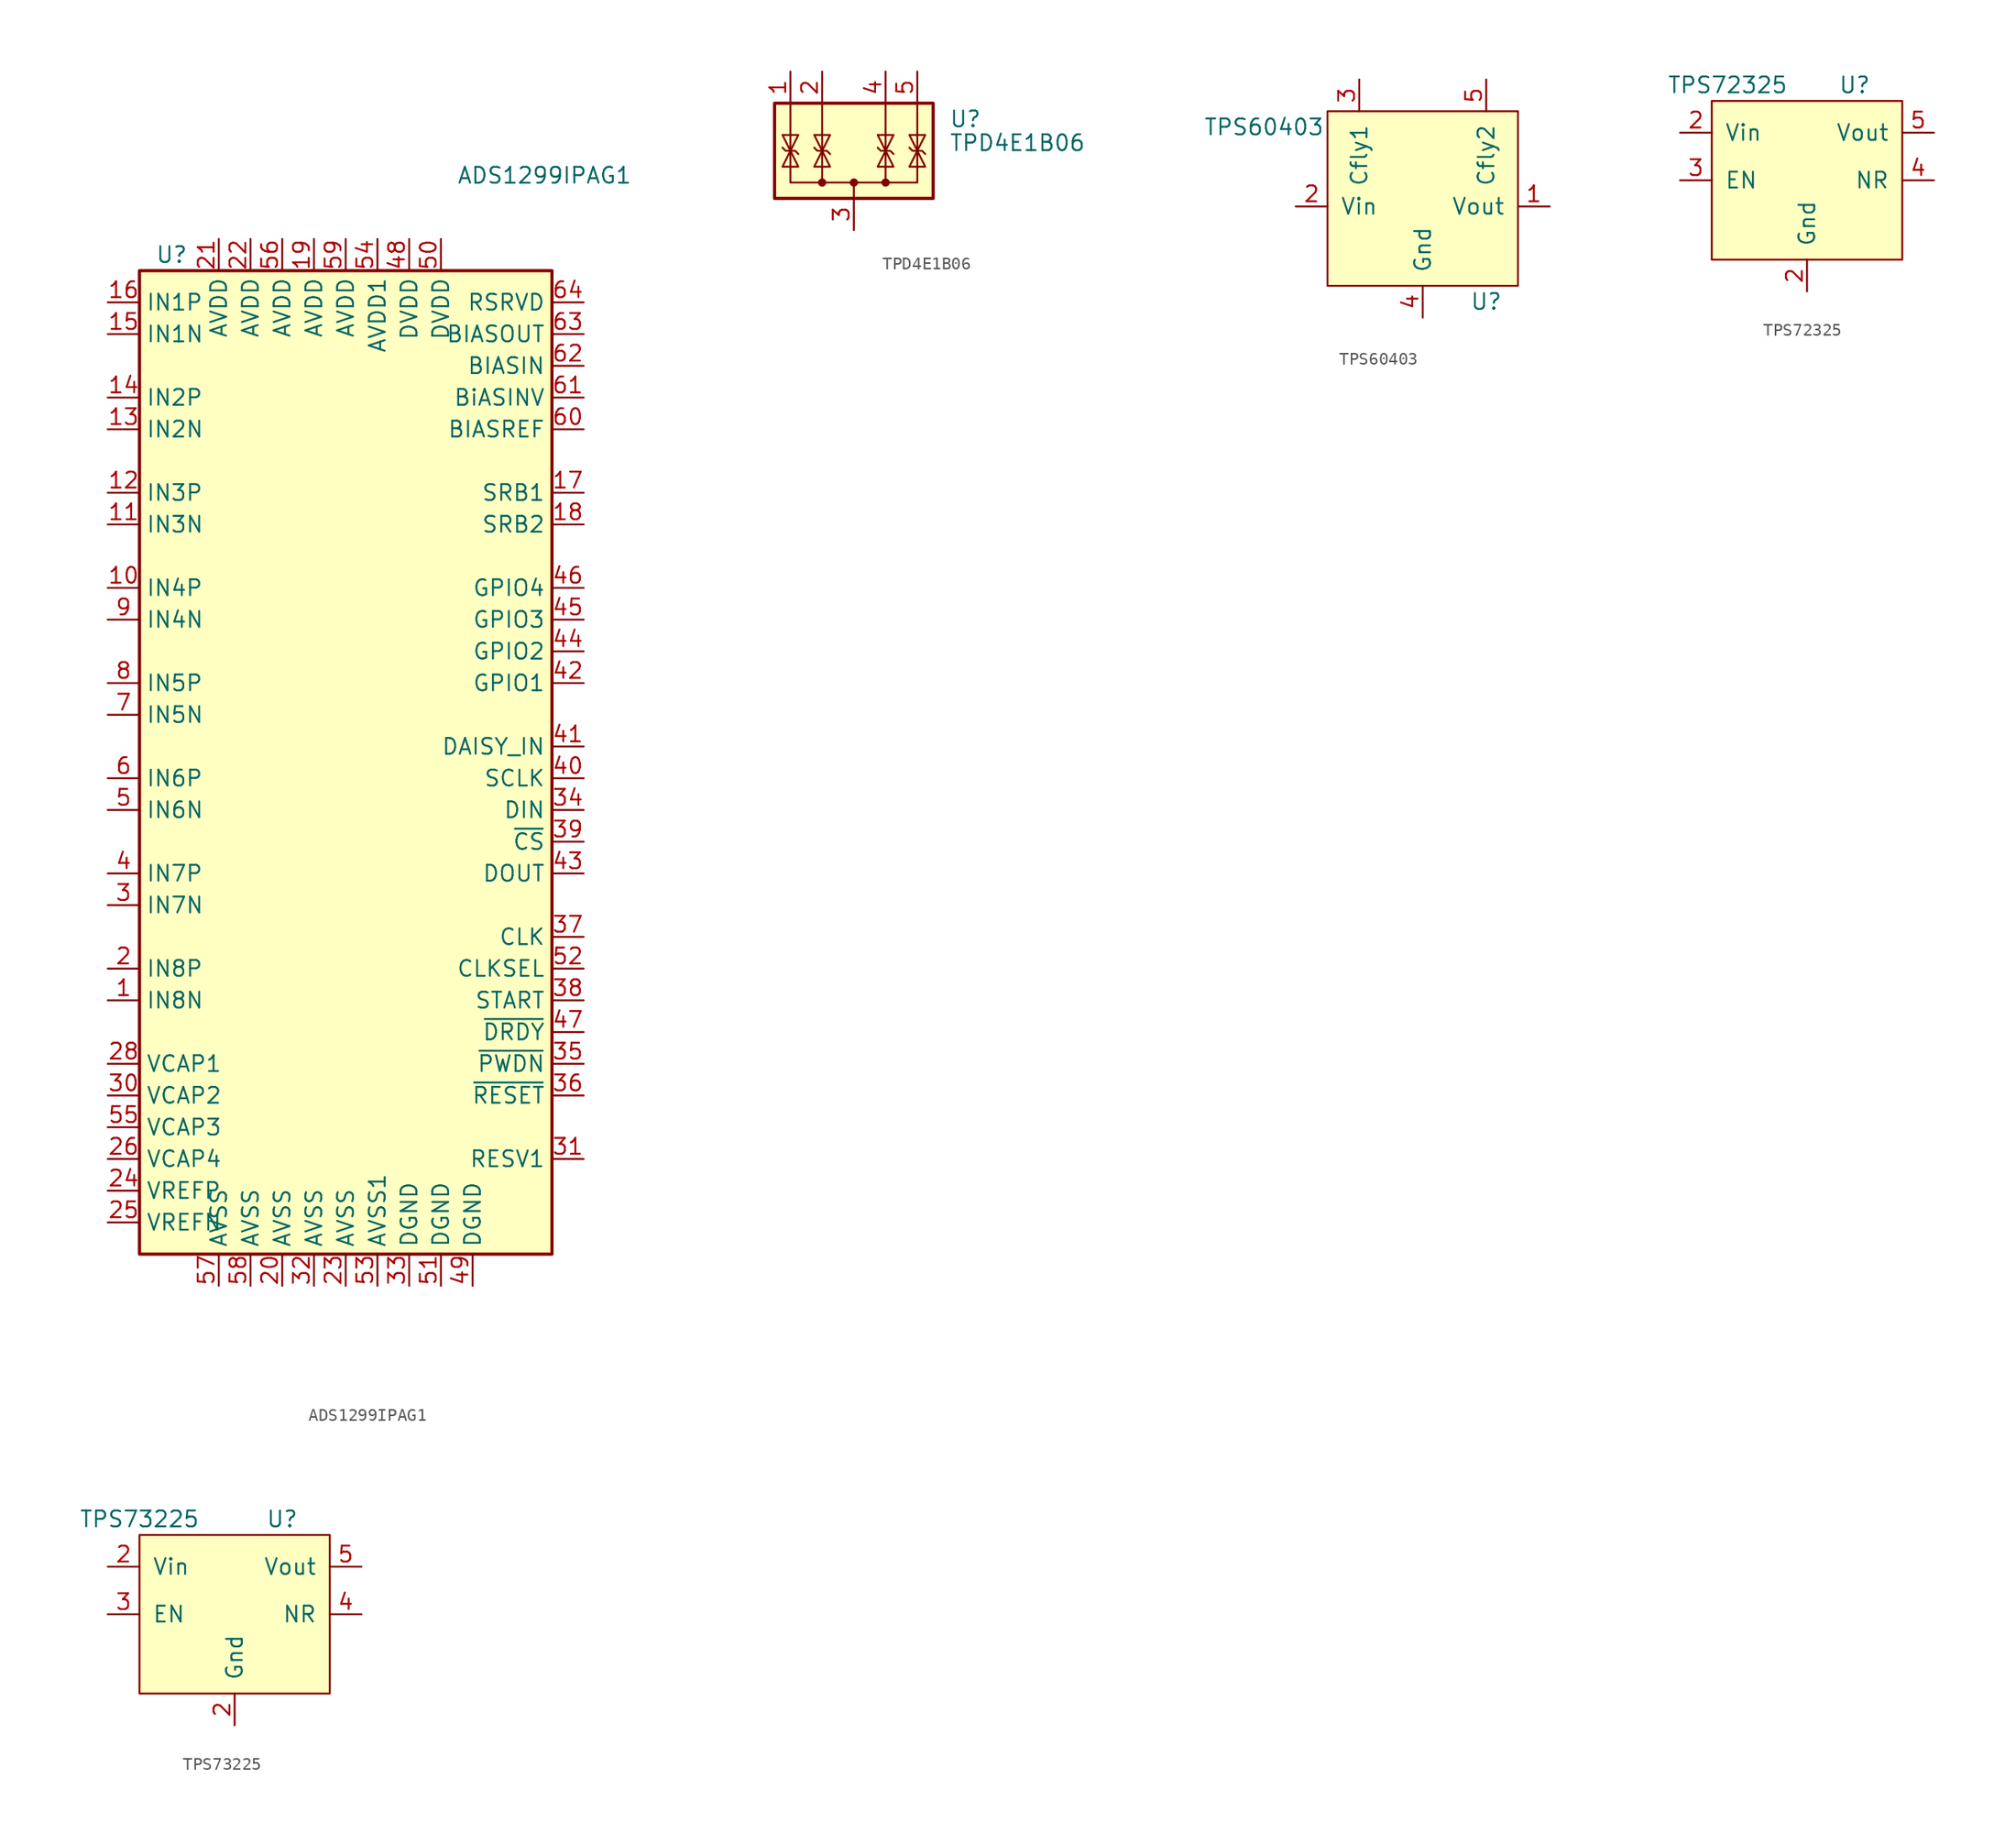
<source format=kicad_sym>
(kicad_symbol_lib
  (version 20220914)
  (generator kicad_symbol_editor)
  (symbol "ADS1299IPAG1"
    (property "Reference" "U"
      (at -16.51 44.45 0)
      (effects (font (size 1.27 1.27)) (justify left)))
    (property "Value" "ADS1299IPAG1"
      (at 7.62 50.8 0)
      (effects (font (size 1.27 1.27)) (justify left)))
    (symbol "ADS1299IPAG1_0_1"
      (rectangle (start -17.78 43.18) (end 15.24 -35.56) (stroke (width 0.254) (type default)) (fill (type background))))
    (symbol "ADS1299IPAG1_1_1"
      (pin input line (at -20.32 -15.24 0) (length 2.54) (name "IN8N" (effects (font (size 1.27 1.27)))) (number "1" (effects (font (size 1.27 1.27)))))
      (pin input line (at -20.32 17.78 0) (length 2.54) (name "IN4P" (effects (font (size 1.27 1.27)))) (number "10" (effects (font (size 1.27 1.27)))))
      (pin input line (at -20.32 22.86 0) (length 2.54) (name "IN3N" (effects (font (size 1.27 1.27)))) (number "11" (effects (font (size 1.27 1.27)))))
      (pin input line (at -20.32 25.4 0) (length 2.54) (name "IN3P" (effects (font (size 1.27 1.27)))) (number "12" (effects (font (size 1.27 1.27)))))
      (pin input line (at -20.32 30.48 0) (length 2.54) (name "IN2N" (effects (font (size 1.27 1.27)))) (number "13" (effects (font (size 1.27 1.27)))))
      (pin input line (at -20.32 33.02 0) (length 2.54) (name "IN2P" (effects (font (size 1.27 1.27)))) (number "14" (effects (font (size 1.27 1.27)))))
      (pin input line (at -20.32 38.1 0) (length 2.54) (name "IN1N" (effects (font (size 1.27 1.27)))) (number "15" (effects (font (size 1.27 1.27)))))
      (pin input line (at -20.32 40.64 0) (length 2.54) (name "IN1P" (effects (font (size 1.27 1.27)))) (number "16" (effects (font (size 1.27 1.27)))))
      (pin bidirectional line (at 17.78 25.4 180) (length 2.54) (name "SRB1" (effects (font (size 1.27 1.27)))) (number "17" (effects (font (size 1.27 1.27)))))
      (pin bidirectional line (at 17.78 22.86 180) (length 2.54) (name "SRB2" (effects (font (size 1.27 1.27)))) (number "18" (effects (font (size 1.27 1.27)))))
      (pin power_in line (at -3.81 45.72 270) (length 2.54) (name "AVDD" (effects (font (size 1.27 1.27)))) (number "19" (effects (font (size 1.27 1.27)))))
      (pin input line (at -20.32 -12.7 0) (length 2.54) (name "IN8P" (effects (font (size 1.27 1.27)))) (number "2" (effects (font (size 1.27 1.27)))))
      (pin power_in line (at -6.35 -38.1 90) (length 2.54) (name "AVSS" (effects (font (size 1.27 1.27)))) (number "20" (effects (font (size 1.27 1.27)))))
      (pin power_in line (at -11.43 45.72 270) (length 2.54) (name "AVDD" (effects (font (size 1.27 1.27)))) (number "21" (effects (font (size 1.27 1.27)))))
      (pin power_in line (at -8.89 45.72 270) (length 2.54) (name "AVDD" (effects (font (size 1.27 1.27)))) (number "22" (effects (font (size 1.27 1.27)))))
      (pin power_in line (at -1.27 -38.1 90) (length 2.54) (name "AVSS" (effects (font (size 1.27 1.27)))) (number "23" (effects (font (size 1.27 1.27)))))
      (pin passive line (at -20.32 -30.48 0) (length 2.54) (name "VREFP" (effects (font (size 1.27 1.27)))) (number "24" (effects (font (size 1.27 1.27)))))
      (pin passive line (at -20.32 -33.02 0) (length 2.54) (name "VREFN" (effects (font (size 1.27 1.27)))) (number "25" (effects (font (size 1.27 1.27)))))
      (pin passive line (at -20.32 -27.94 0) (length 2.54) (name "VCAP4" (effects (font (size 1.27 1.27)))) (number "26" (effects (font (size 1.27 1.27)))))
      (pin no_connect line (at 15.24 -30.48 180) (length 2.54) hide (name "NC" (effects (font (size 1.27 1.27)))) (number "27" (effects (font (size 1.27 1.27)))))
      (pin passive line (at -20.32 -20.32 0) (length 2.54) (name "VCAP1" (effects (font (size 1.27 1.27)))) (number "28" (effects (font (size 1.27 1.27)))))
      (pin no_connect line (at 15.24 -33.02 180) (length 2.54) hide (name "NC" (effects (font (size 1.27 1.27)))) (number "29" (effects (font (size 1.27 1.27)))))
      (pin input line (at -20.32 -7.62 0) (length 2.54) (name "IN7N" (effects (font (size 1.27 1.27)))) (number "3" (effects (font (size 1.27 1.27)))))
      (pin passive line (at -20.32 -22.86 0) (length 2.54) (name "VCAP2" (effects (font (size 1.27 1.27)))) (number "30" (effects (font (size 1.27 1.27)))))
      (pin input line (at 17.78 -27.94 180) (length 2.54) (name "RESV1" (effects (font (size 1.27 1.27)))) (number "31" (effects (font (size 1.27 1.27)))))
      (pin power_in line (at -3.81 -38.1 90) (length 2.54) (name "AVSS" (effects (font (size 1.27 1.27)))) (number "32" (effects (font (size 1.27 1.27)))))
      (pin power_in line (at 3.81 -38.1 90) (length 2.54) (name "DGND" (effects (font (size 1.27 1.27)))) (number "33" (effects (font (size 1.27 1.27)))))
      (pin input line (at 17.78 0 180) (length 2.54) (name "DIN" (effects (font (size 1.27 1.27)))) (number "34" (effects (font (size 1.27 1.27)))))
      (pin input line (at 17.78 -20.32 180) (length 2.54) (name "~{PWDN}" (effects (font (size 1.27 1.27)))) (number "35" (effects (font (size 1.27 1.27)))))
      (pin input line (at 17.78 -22.86 180) (length 2.54) (name "~{RESET}" (effects (font (size 1.27 1.27)))) (number "36" (effects (font (size 1.27 1.27)))))
      (pin bidirectional line (at 17.78 -10.16 180) (length 2.54) (name "CLK" (effects (font (size 1.27 1.27)))) (number "37" (effects (font (size 1.27 1.27)))))
      (pin input line (at 17.78 -15.24 180) (length 2.54) (name "START" (effects (font (size 1.27 1.27)))) (number "38" (effects (font (size 1.27 1.27)))))
      (pin input line (at 17.78 -2.54 180) (length 2.54) (name "~{CS}" (effects (font (size 1.27 1.27)))) (number "39" (effects (font (size 1.27 1.27)))))
      (pin input line (at -20.32 -5.08 0) (length 2.54) (name "IN7P" (effects (font (size 1.27 1.27)))) (number "4" (effects (font (size 1.27 1.27)))))
      (pin input line (at 17.78 2.54 180) (length 2.54) (name "SCLK" (effects (font (size 1.27 1.27)))) (number "40" (effects (font (size 1.27 1.27)))))
      (pin input line (at 17.78 5.08 180) (length 2.54) (name "DAISY_IN" (effects (font (size 1.27 1.27)))) (number "41" (effects (font (size 1.27 1.27)))))
      (pin bidirectional line (at 17.78 10.16 180) (length 2.54) (name "GPIO1" (effects (font (size 1.27 1.27)))) (number "42" (effects (font (size 1.27 1.27)))))
      (pin output line (at 17.78 -5.08 180) (length 2.54) (name "DOUT" (effects (font (size 1.27 1.27)))) (number "43" (effects (font (size 1.27 1.27)))))
      (pin bidirectional line (at 17.78 12.7 180) (length 2.54) (name "GPIO2" (effects (font (size 1.27 1.27)))) (number "44" (effects (font (size 1.27 1.27)))))
      (pin bidirectional line (at 17.78 15.24 180) (length 2.54) (name "GPIO3" (effects (font (size 1.27 1.27)))) (number "45" (effects (font (size 1.27 1.27)))))
      (pin bidirectional line (at 17.78 17.78 180) (length 2.54) (name "GPIO4" (effects (font (size 1.27 1.27)))) (number "46" (effects (font (size 1.27 1.27)))))
      (pin output line (at 17.78 -17.78 180) (length 2.54) (name "~{DRDY}" (effects (font (size 1.27 1.27)))) (number "47" (effects (font (size 1.27 1.27)))))
      (pin power_in line (at 3.81 45.72 270) (length 2.54) (name "DVDD" (effects (font (size 1.27 1.27)))) (number "48" (effects (font (size 1.27 1.27)))))
      (pin power_in line (at 8.89 -38.1 90) (length 2.54) (name "DGND" (effects (font (size 1.27 1.27)))) (number "49" (effects (font (size 1.27 1.27)))))
      (pin input line (at -20.32 0 0) (length 2.54) (name "IN6N" (effects (font (size 1.27 1.27)))) (number "5" (effects (font (size 1.27 1.27)))))
      (pin power_in line (at 6.35 45.72 270) (length 2.54) (name "DVDD" (effects (font (size 1.27 1.27)))) (number "50" (effects (font (size 1.27 1.27)))))
      (pin power_in line (at 6.35 -38.1 90) (length 2.54) (name "DGND" (effects (font (size 1.27 1.27)))) (number "51" (effects (font (size 1.27 1.27)))))
      (pin input line (at 17.78 -12.7 180) (length 2.54) (name "CLKSEL" (effects (font (size 1.27 1.27)))) (number "52" (effects (font (size 1.27 1.27)))))
      (pin power_in line (at 1.27 -38.1 90) (length 2.54) (name "AVSS1" (effects (font (size 1.27 1.27)))) (number "53" (effects (font (size 1.27 1.27)))))
      (pin power_in line (at 1.27 45.72 270) (length 2.54) (name "AVDD1" (effects (font (size 1.27 1.27)))) (number "54" (effects (font (size 1.27 1.27)))))
      (pin passive line (at -20.32 -25.4 0) (length 2.54) (name "VCAP3" (effects (font (size 1.27 1.27)))) (number "55" (effects (font (size 1.27 1.27)))))
      (pin power_in line (at -6.35 45.72 270) (length 2.54) (name "AVDD" (effects (font (size 1.27 1.27)))) (number "56" (effects (font (size 1.27 1.27)))))
      (pin power_in line (at -11.43 -38.1 90) (length 2.54) (name "AVSS" (effects (font (size 1.27 1.27)))) (number "57" (effects (font (size 1.27 1.27)))))
      (pin power_in line (at -8.89 -38.1 90) (length 2.54) (name "AVSS" (effects (font (size 1.27 1.27)))) (number "58" (effects (font (size 1.27 1.27)))))
      (pin power_in line (at -1.27 45.72 270) (length 2.54) (name "AVDD" (effects (font (size 1.27 1.27)))) (number "59" (effects (font (size 1.27 1.27)))))
      (pin input line (at -20.32 2.54 0) (length 2.54) (name "IN6P" (effects (font (size 1.27 1.27)))) (number "6" (effects (font (size 1.27 1.27)))))
      (pin input line (at 17.78 30.48 180) (length 2.54) (name "BIASREF" (effects (font (size 1.27 1.27)))) (number "60" (effects (font (size 1.27 1.27)))))
      (pin input line (at 17.78 33.02 180) (length 2.54) (name "BiASINV" (effects (font (size 1.27 1.27)))) (number "61" (effects (font (size 1.27 1.27)))))
      (pin input line (at 17.78 35.56 180) (length 2.54) (name "BIASIN" (effects (font (size 1.27 1.27)))) (number "62" (effects (font (size 1.27 1.27)))))
      (pin output line (at 17.78 38.1 180) (length 2.54) (name "BIASOUT" (effects (font (size 1.27 1.27)))) (number "63" (effects (font (size 1.27 1.27)))))
      (pin input line (at 17.78 40.64 180) (length 2.54) (name "RSRVD" (effects (font (size 1.27 1.27)))) (number "64" (effects (font (size 1.27 1.27)))))
      (pin input line (at -20.32 7.62 0) (length 2.54) (name "IN5N" (effects (font (size 1.27 1.27)))) (number "7" (effects (font (size 1.27 1.27)))))
      (pin input line (at -20.32 10.16 0) (length 2.54) (name "IN5P" (effects (font (size 1.27 1.27)))) (number "8" (effects (font (size 1.27 1.27)))))
      (pin input line (at -20.32 15.24 0) (length 2.54) (name "IN4N" (effects (font (size 1.27 1.27)))) (number "9" (effects (font (size 1.27 1.27)))))))
  (symbol "TPD4E1B06"
    (pin_names hide)
    (property "Reference" "U"
      (at 7.62 3.81 0)
      (effects (font (size 1.27 1.27)) (justify left)))
    (property "Value" "TPD4E1B06"
      (at 7.62 1.905 0)
      (effects (font (size 1.27 1.27)) (justify left)))
    (symbol "TPD4E1B06_0_0"
      (pin passive line (at 0 -5.08 90) (length 2.54) (name "G" (effects (font (size 1.27 1.27)))) (number "3" (effects (font (size 1.27 1.27))))))
    (symbol "TPD4E1B06_0_1"
      (rectangle (start -6.35 5.08) (end 6.35 -2.54) (stroke (width 0.254) (type default)) (fill (type background)))
      (circle (center 0 -1.27) (radius 0.254) (stroke (width 0) (type default)) (fill (type outline)))
      (polyline (pts (xy -2.54 5.08) (xy -2.54 -1.27)) (stroke (width 0) (type default)) (fill (type none)))
      (polyline (pts (xy 0 -1.27) (xy 0 -2.54)) (stroke (width 0) (type default)) (fill (type none)))
      (polyline (pts (xy 2.54 5.08) (xy 2.54 -1.27)) (stroke (width 0) (type default)) (fill (type none)))
      (polyline (pts (xy -5.08 5.08) (xy -5.08 -1.27) (xy 5.08 -1.27) (xy 5.08 5.08)) (stroke (width 0) (type default)) (fill (type none)))
      (polyline (pts (xy -4.445 0) (xy -5.715 0) (xy -5.08 1.27) (xy -4.445 0)) (stroke (width 0) (type default)) (fill (type none)))
      (polyline (pts (xy -3.175 1.524) (xy -2.921 1.27) (xy -2.159 1.27) (xy -1.905 1.016)) (stroke (width 0) (type default)) (fill (type none)))
      (polyline (pts (xy -2.54 1.27) (xy -1.905 0) (xy -3.175 0) (xy -2.54 1.27)) (stroke (width 0) (type default)) (fill (type none)))
      (polyline (pts (xy 2.54 1.27) (xy 1.905 0) (xy 3.175 0) (xy 2.54 1.27)) (stroke (width 0) (type default)) (fill (type none)))
      (polyline (pts (xy 5.08 1.27) (xy 4.445 0) (xy 5.715 0) (xy 5.08 1.27)) (stroke (width 0) (type default)) (fill (type none)))
      (circle (center 2.54 -1.27) (radius 0.254) (stroke (width 0) (type default)) (fill (type outline))))
    (symbol "TPD4E1B06_1_1"
      (circle (center -2.54 -1.27) (radius 0.254) (stroke (width 0) (type default)) (fill (type outline)))
      (polyline (pts (xy -5.715 1.524) (xy -5.461 1.27) (xy -4.699 1.27) (xy -4.445 1.016)) (stroke (width 0) (type default)) (fill (type none)))
      (polyline (pts (xy -5.08 1.27) (xy -5.715 2.54) (xy -4.445 2.54) (xy -5.08 1.27)) (stroke (width 0) (type default)) (fill (type none)))
      (polyline (pts (xy -2.54 1.27) (xy -3.175 2.54) (xy -1.905 2.54) (xy -2.54 1.27)) (stroke (width 0) (type default)) (fill (type none)))
      (polyline (pts (xy 1.905 1.524) (xy 2.159 1.27) (xy 2.921 1.27) (xy 3.175 1.016)) (stroke (width 0) (type default)) (fill (type none)))
      (polyline (pts (xy 2.54 1.27) (xy 1.905 2.54) (xy 3.175 2.54) (xy 2.54 1.27)) (stroke (width 0) (type default)) (fill (type none)))
      (polyline (pts (xy 4.445 1.524) (xy 4.699 1.27) (xy 5.461 1.27) (xy 5.715 1.016)) (stroke (width 0) (type default)) (fill (type none)))
      (polyline (pts (xy 5.08 1.27) (xy 4.445 2.54) (xy 5.715 2.54) (xy 5.08 1.27)) (stroke (width 0) (type default)) (fill (type none)))
      (pin passive line (at -5.08 7.62 270) (length 2.54) (name "IO1" (effects (font (size 1.27 1.27)))) (number "1" (effects (font (size 1.27 1.27)))))
      (pin passive line (at -2.54 7.62 270) (length 2.54) (name "IO2" (effects (font (size 1.27 1.27)))) (number "2" (effects (font (size 1.27 1.27)))))
      (pin passive line (at 2.54 7.62 270) (length 2.54) (name "IO3" (effects (font (size 1.27 1.27)))) (number "4" (effects (font (size 1.27 1.27)))))
      (pin passive line (at 5.08 7.62 270) (length 2.54) (name "IO4" (effects (font (size 1.27 1.27)))) (number "5" (effects (font (size 1.27 1.27)))))))
  (symbol "TPS60403"
    (pin_names
      (offset 1.016))
    (property "Reference" "U"
      (at 5.08 -7.62 0)
      (effects (font (size 1.27 1.27))))
    (property "Value" "TPS60403"
      (at -12.7 6.35 0)
      (effects (font (size 1.27 1.27))))
    (symbol "TPS60403_0_1"
      (rectangle (start -7.62 7.62) (end 7.62 -6.35) (stroke (width 0) (type default)) (fill (type background))))
    (symbol "TPS60403_1_1"
      (pin power_out line (at 10.16 0 180) (length 2.54) (name "Vout" (effects (font (size 1.27 1.27)))) (number "1" (effects (font (size 1.27 1.27)))))
      (pin power_in line (at -10.16 0 0) (length 2.54) (name "Vin" (effects (font (size 1.27 1.27)))) (number "2" (effects (font (size 1.27 1.27)))))
      (pin passive line (at -5.08 10.16 270) (length 2.54) (name "Cfly1" (effects (font (size 1.27 1.27)))) (number "3" (effects (font (size 1.27 1.27)))))
      (pin power_in line (at 0 -8.89 90) (length 2.54) (name "Gnd" (effects (font (size 1.27 1.27)))) (number "4" (effects (font (size 1.27 1.27)))))
      (pin passive line (at 5.08 10.16 270) (length 2.54) (name "Cfly2" (effects (font (size 1.27 1.27)))) (number "5" (effects (font (size 1.27 1.27)))))))
  (symbol "TPS72325"
    (pin_names
      (offset 1.016))
    (property "Reference" "U"
      (at 3.81 7.62 0)
      (effects (font (size 1.27 1.27))))
    (property "Value" "TPS72325"
      (at -6.35 7.62 0)
      (effects (font (size 1.27 1.27))))
    (symbol "TPS72325_1_1"
      (rectangle (start -7.62 6.35) (end 7.62 -6.35) (stroke (width 0) (type default)) (fill (type background)))
      (pin power_in line (at 0 -8.89 90) (length 2.54) (name "Gnd" (effects (font (size 1.27 1.27)))) (number "2" (effects (font (size 1.27 1.27)))))
      (pin power_in line (at -10.16 3.81 0) (length 2.54) (name "Vin" (effects (font (size 1.27 1.27)))) (number "2" (effects (font (size 1.27 1.27)))))
      (pin input line (at -10.16 0 0) (length 2.54) (name "EN" (effects (font (size 1.27 1.27)))) (number "3" (effects (font (size 1.27 1.27)))))
      (pin passive line (at 10.16 0 180) (length 2.54) (name "NR" (effects (font (size 1.27 1.27)))) (number "4" (effects (font (size 1.27 1.27)))))
      (pin power_out line (at 10.16 3.81 180) (length 2.54) (name "Vout" (effects (font (size 1.27 1.27)))) (number "5" (effects (font (size 1.27 1.27)))))))
  (symbol "TPS73225"
    (pin_names
      (offset 1.016))
    (property "Reference" "U"
      (at 3.81 7.62 0)
      (effects (font (size 1.27 1.27))))
    (property "Value" "TPS73225"
      (at -7.62 7.62 0)
      (effects (font (size 1.27 1.27))))
    (symbol "TPS73225_0_1"
      (rectangle (start -7.62 6.35) (end 7.62 -6.35) (stroke (width 0) (type default)) (fill (type background))))
    (symbol "TPS73225_1_1"
      (pin power_in line (at 0 -8.89 90) (length 2.54) (name "Gnd" (effects (font (size 1.27 1.27)))) (number "2" (effects (font (size 1.27 1.27)))))
      (pin power_in line (at -10.16 3.81 0) (length 2.54) (name "Vin" (effects (font (size 1.27 1.27)))) (number "2" (effects (font (size 1.27 1.27)))))
      (pin input line (at -10.16 0 0) (length 2.54) (name "EN" (effects (font (size 1.27 1.27)))) (number "3" (effects (font (size 1.27 1.27)))))
      (pin passive line (at 10.16 0 180) (length 2.54) (name "NR" (effects (font (size 1.27 1.27)))) (number "4" (effects (font (size 1.27 1.27)))))
      (pin power_out line (at 10.16 3.81 180) (length 2.54) (name "Vout" (effects (font (size 1.27 1.27)))) (number "5" (effects (font (size 1.27 1.27))))))))
</source>
